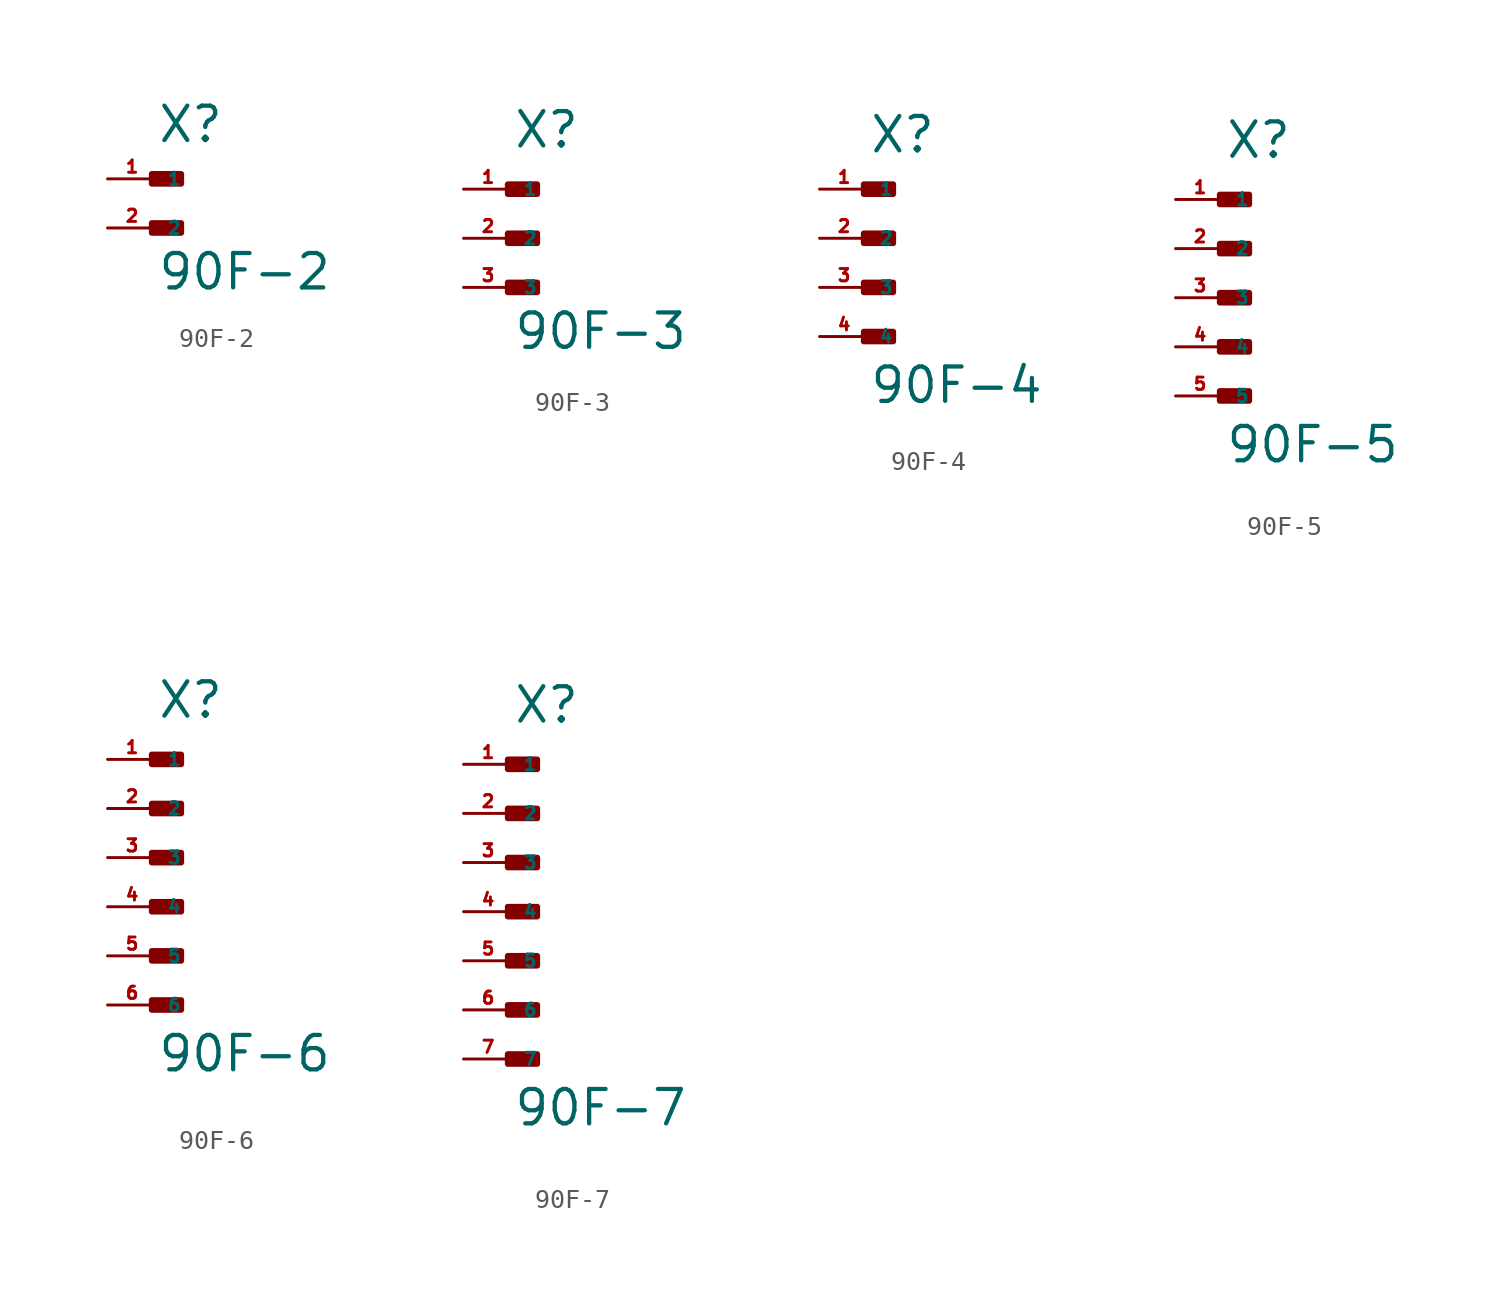
<source format=kicad_sym>
(kicad_symbol_lib
  (version 20220914)
  (generator Eagle2Kicad)
  (symbol "90F-2"
    (property "Reference" "X"
      (at 0 1.778 0)
      (effects (font (size 1.778 1.778) (thickness 0.22)) (justify left bottom)))
    (property "Value" "90F-2"
      (at 0 -5.842 0)
      (effects (font (size 1.778 1.778) (thickness 0.22)) (justify left bottom)))
    (rectangle
      (start -0.254 -0.254)
      (end 1.27 0.254)
      (stroke (width 0.3) (type default))
      (fill (type outline)))
    (rectangle
      (start -0.254 -2.794)
      (end 1.27 -2.286)
      (stroke (width 0.3) (type default))
      (fill (type outline)))
    (pin passive line
      (at -2.54 0 0)
      (length 2.54)
      (name "1" (effects (font (size 0.635 0.635) (thickness 0.08)) (justify left bottom)))
      (number "1" (effects (font (size 0.635 0.635) (thickness 0.08)) (justify left bottom))))
    (pin passive line
      (at -2.54 -2.54 0)
      (length 2.54)
      (name "2" (effects (font (size 0.635 0.635) (thickness 0.08)) (justify left bottom)))
      (number "2" (effects (font (size 0.635 0.635) (thickness 0.08)) (justify left bottom)))))
  (symbol "90F-3"
    (property "Reference" "X"
      (at 0 4.572 0)
      (effects (font (size 1.778 1.778) (thickness 0.22)) (justify left bottom)))
    (property "Value" "90F-3"
      (at 0 -5.842 0)
      (effects (font (size 1.778 1.778) (thickness 0.22)) (justify left bottom)))
    (rectangle
      (start -0.254 2.286)
      (end 1.27 2.794)
      (stroke (width 0.3) (type default))
      (fill (type outline)))
    (rectangle
      (start -0.254 -0.254)
      (end 1.27 0.254)
      (stroke (width 0.3) (type default))
      (fill (type outline)))
    (rectangle
      (start -0.254 -2.794)
      (end 1.27 -2.286)
      (stroke (width 0.3) (type default))
      (fill (type outline)))
    (pin passive line
      (at -2.54 2.54 0)
      (length 2.54)
      (name "1" (effects (font (size 0.635 0.635) (thickness 0.08)) (justify left bottom)))
      (number "1" (effects (font (size 0.635 0.635) (thickness 0.08)) (justify left bottom))))
    (pin passive line
      (at -2.54 0 0)
      (length 2.54)
      (name "2" (effects (font (size 0.635 0.635) (thickness 0.08)) (justify left bottom)))
      (number "2" (effects (font (size 0.635 0.635) (thickness 0.08)) (justify left bottom))))
    (pin passive line
      (at -2.54 -2.54 0)
      (length 2.54)
      (name "3" (effects (font (size 0.635 0.635) (thickness 0.08)) (justify left bottom)))
      (number "3" (effects (font (size 0.635 0.635) (thickness 0.08)) (justify left bottom)))))
  (symbol "90F-4"
    (property "Reference" "X"
      (at 0 4.318 0)
      (effects (font (size 1.778 1.778) (thickness 0.22)) (justify left bottom)))
    (property "Value" "90F-4"
      (at 0 -8.636 0)
      (effects (font (size 1.778 1.778) (thickness 0.22)) (justify left bottom)))
    (rectangle
      (start -0.254 2.286)
      (end 1.27 2.794)
      (stroke (width 0.3) (type default))
      (fill (type outline)))
    (rectangle
      (start -0.254 -0.254)
      (end 1.27 0.254)
      (stroke (width 0.3) (type default))
      (fill (type outline)))
    (rectangle
      (start -0.254 -2.794)
      (end 1.27 -2.286)
      (stroke (width 0.3) (type default))
      (fill (type outline)))
    (rectangle
      (start -0.254 -5.334)
      (end 1.27 -4.826)
      (stroke (width 0.3) (type default))
      (fill (type outline)))
    (pin passive line
      (at -2.54 2.54 0)
      (length 2.54)
      (name "1" (effects (font (size 0.635 0.635) (thickness 0.08)) (justify left bottom)))
      (number "1" (effects (font (size 0.635 0.635) (thickness 0.08)) (justify left bottom))))
    (pin passive line
      (at -2.54 0 0)
      (length 2.54)
      (name "2" (effects (font (size 0.635 0.635) (thickness 0.08)) (justify left bottom)))
      (number "2" (effects (font (size 0.635 0.635) (thickness 0.08)) (justify left bottom))))
    (pin passive line
      (at -2.54 -2.54 0)
      (length 2.54)
      (name "3" (effects (font (size 0.635 0.635) (thickness 0.08)) (justify left bottom)))
      (number "3" (effects (font (size 0.635 0.635) (thickness 0.08)) (justify left bottom))))
    (pin passive line
      (at -2.54 -5.08 0)
      (length 2.54)
      (name "4" (effects (font (size 0.635 0.635) (thickness 0.08)) (justify left bottom)))
      (number "4" (effects (font (size 0.635 0.635) (thickness 0.08)) (justify left bottom)))))
  (symbol "90F-5"
    (property "Reference" "X"
      (at 0 7.112 0)
      (effects (font (size 1.778 1.778) (thickness 0.22)) (justify left bottom)))
    (property "Value" "90F-5"
      (at 0 -8.636 0)
      (effects (font (size 1.778 1.778) (thickness 0.22)) (justify left bottom)))
    (rectangle
      (start -0.254 4.826)
      (end 1.27 5.334)
      (stroke (width 0.3) (type default))
      (fill (type outline)))
    (rectangle
      (start -0.254 2.286)
      (end 1.27 2.794)
      (stroke (width 0.3) (type default))
      (fill (type outline)))
    (rectangle
      (start -0.254 -0.254)
      (end 1.27 0.254)
      (stroke (width 0.3) (type default))
      (fill (type outline)))
    (rectangle
      (start -0.254 -2.794)
      (end 1.27 -2.286)
      (stroke (width 0.3) (type default))
      (fill (type outline)))
    (rectangle
      (start -0.254 -5.334)
      (end 1.27 -4.826)
      (stroke (width 0.3) (type default))
      (fill (type outline)))
    (pin passive line
      (at -2.54 5.08 0)
      (length 2.54)
      (name "1" (effects (font (size 0.635 0.635) (thickness 0.08)) (justify left bottom)))
      (number "1" (effects (font (size 0.635 0.635) (thickness 0.08)) (justify left bottom))))
    (pin passive line
      (at -2.54 2.54 0)
      (length 2.54)
      (name "2" (effects (font (size 0.635 0.635) (thickness 0.08)) (justify left bottom)))
      (number "2" (effects (font (size 0.635 0.635) (thickness 0.08)) (justify left bottom))))
    (pin passive line
      (at -2.54 0 0)
      (length 2.54)
      (name "3" (effects (font (size 0.635 0.635) (thickness 0.08)) (justify left bottom)))
      (number "3" (effects (font (size 0.635 0.635) (thickness 0.08)) (justify left bottom))))
    (pin passive line
      (at -2.54 -2.54 0)
      (length 2.54)
      (name "4" (effects (font (size 0.635 0.635) (thickness 0.08)) (justify left bottom)))
      (number "4" (effects (font (size 0.635 0.635) (thickness 0.08)) (justify left bottom))))
    (pin passive line
      (at -2.54 -5.08 0)
      (length 2.54)
      (name "5" (effects (font (size 0.635 0.635) (thickness 0.08)) (justify left bottom)))
      (number "5" (effects (font (size 0.635 0.635) (thickness 0.08)) (justify left bottom)))))
  (symbol "90F-6"
    (property "Reference" "X"
      (at 0 7.112 0)
      (effects (font (size 1.778 1.778) (thickness 0.22)) (justify left bottom)))
    (property "Value" "90F-6"
      (at 0 -11.176 0)
      (effects (font (size 1.778 1.778) (thickness 0.22)) (justify left bottom)))
    (rectangle
      (start -0.254 4.826)
      (end 1.27 5.334)
      (stroke (width 0.3) (type default))
      (fill (type outline)))
    (rectangle
      (start -0.254 2.286)
      (end 1.27 2.794)
      (stroke (width 0.3) (type default))
      (fill (type outline)))
    (rectangle
      (start -0.254 -0.254)
      (end 1.27 0.254)
      (stroke (width 0.3) (type default))
      (fill (type outline)))
    (rectangle
      (start -0.254 -2.794)
      (end 1.27 -2.286)
      (stroke (width 0.3) (type default))
      (fill (type outline)))
    (rectangle
      (start -0.254 -5.334)
      (end 1.27 -4.826)
      (stroke (width 0.3) (type default))
      (fill (type outline)))
    (rectangle
      (start -0.254 -7.874)
      (end 1.27 -7.366)
      (stroke (width 0.3) (type default))
      (fill (type outline)))
    (pin passive line
      (at -2.54 5.08 0)
      (length 2.54)
      (name "1" (effects (font (size 0.635 0.635) (thickness 0.08)) (justify left bottom)))
      (number "1" (effects (font (size 0.635 0.635) (thickness 0.08)) (justify left bottom))))
    (pin passive line
      (at -2.54 2.54 0)
      (length 2.54)
      (name "2" (effects (font (size 0.635 0.635) (thickness 0.08)) (justify left bottom)))
      (number "2" (effects (font (size 0.635 0.635) (thickness 0.08)) (justify left bottom))))
    (pin passive line
      (at -2.54 0 0)
      (length 2.54)
      (name "3" (effects (font (size 0.635 0.635) (thickness 0.08)) (justify left bottom)))
      (number "3" (effects (font (size 0.635 0.635) (thickness 0.08)) (justify left bottom))))
    (pin passive line
      (at -2.54 -2.54 0)
      (length 2.54)
      (name "4" (effects (font (size 0.635 0.635) (thickness 0.08)) (justify left bottom)))
      (number "4" (effects (font (size 0.635 0.635) (thickness 0.08)) (justify left bottom))))
    (pin passive line
      (at -2.54 -5.08 0)
      (length 2.54)
      (name "5" (effects (font (size 0.635 0.635) (thickness 0.08)) (justify left bottom)))
      (number "5" (effects (font (size 0.635 0.635) (thickness 0.08)) (justify left bottom))))
    (pin passive line
      (at -2.54 -7.62 0)
      (length 2.54)
      (name "6" (effects (font (size 0.635 0.635) (thickness 0.08)) (justify left bottom)))
      (number "6" (effects (font (size 0.635 0.635) (thickness 0.08)) (justify left bottom)))))
  (symbol "90F-7"
    (property "Reference" "X"
      (at 0 9.652 0)
      (effects (font (size 1.778 1.778) (thickness 0.22)) (justify left bottom)))
    (property "Value" "90F-7"
      (at 0 -11.176 0)
      (effects (font (size 1.778 1.778) (thickness 0.22)) (justify left bottom)))
    (rectangle
      (start -0.254 7.366)
      (end 1.27 7.874)
      (stroke (width 0.3) (type default))
      (fill (type outline)))
    (rectangle
      (start -0.254 4.826)
      (end 1.27 5.334)
      (stroke (width 0.3) (type default))
      (fill (type outline)))
    (rectangle
      (start -0.254 2.286)
      (end 1.27 2.794)
      (stroke (width 0.3) (type default))
      (fill (type outline)))
    (rectangle
      (start -0.254 -0.254)
      (end 1.27 0.254)
      (stroke (width 0.3) (type default))
      (fill (type outline)))
    (rectangle
      (start -0.254 -2.794)
      (end 1.27 -2.286)
      (stroke (width 0.3) (type default))
      (fill (type outline)))
    (rectangle
      (start -0.254 -5.334)
      (end 1.27 -4.826)
      (stroke (width 0.3) (type default))
      (fill (type outline)))
    (rectangle
      (start -0.254 -7.874)
      (end 1.27 -7.366)
      (stroke (width 0.3) (type default))
      (fill (type outline)))
    (pin passive line
      (at -2.54 7.62 0)
      (length 2.54)
      (name "1" (effects (font (size 0.635 0.635) (thickness 0.08)) (justify left bottom)))
      (number "1" (effects (font (size 0.635 0.635) (thickness 0.08)) (justify left bottom))))
    (pin passive line
      (at -2.54 5.08 0)
      (length 2.54)
      (name "2" (effects (font (size 0.635 0.635) (thickness 0.08)) (justify left bottom)))
      (number "2" (effects (font (size 0.635 0.635) (thickness 0.08)) (justify left bottom))))
    (pin passive line
      (at -2.54 2.54 0)
      (length 2.54)
      (name "3" (effects (font (size 0.635 0.635) (thickness 0.08)) (justify left bottom)))
      (number "3" (effects (font (size 0.635 0.635) (thickness 0.08)) (justify left bottom))))
    (pin passive line
      (at -2.54 0 0)
      (length 2.54)
      (name "4" (effects (font (size 0.635 0.635) (thickness 0.08)) (justify left bottom)))
      (number "4" (effects (font (size 0.635 0.635) (thickness 0.08)) (justify left bottom))))
    (pin passive line
      (at -2.54 -2.54 0)
      (length 2.54)
      (name "5" (effects (font (size 0.635 0.635) (thickness 0.08)) (justify left bottom)))
      (number "5" (effects (font (size 0.635 0.635) (thickness 0.08)) (justify left bottom))))
    (pin passive line
      (at -2.54 -5.08 0)
      (length 2.54)
      (name "6" (effects (font (size 0.635 0.635) (thickness 0.08)) (justify left bottom)))
      (number "6" (effects (font (size 0.635 0.635) (thickness 0.08)) (justify left bottom))))
    (pin passive line
      (at -2.54 -7.62 0)
      (length 2.54)
      (name "7" (effects (font (size 0.635 0.635) (thickness 0.08)) (justify left bottom)))
      (number "7" (effects (font (size 0.635 0.635) (thickness 0.08)) (justify left bottom))))))
</source>
